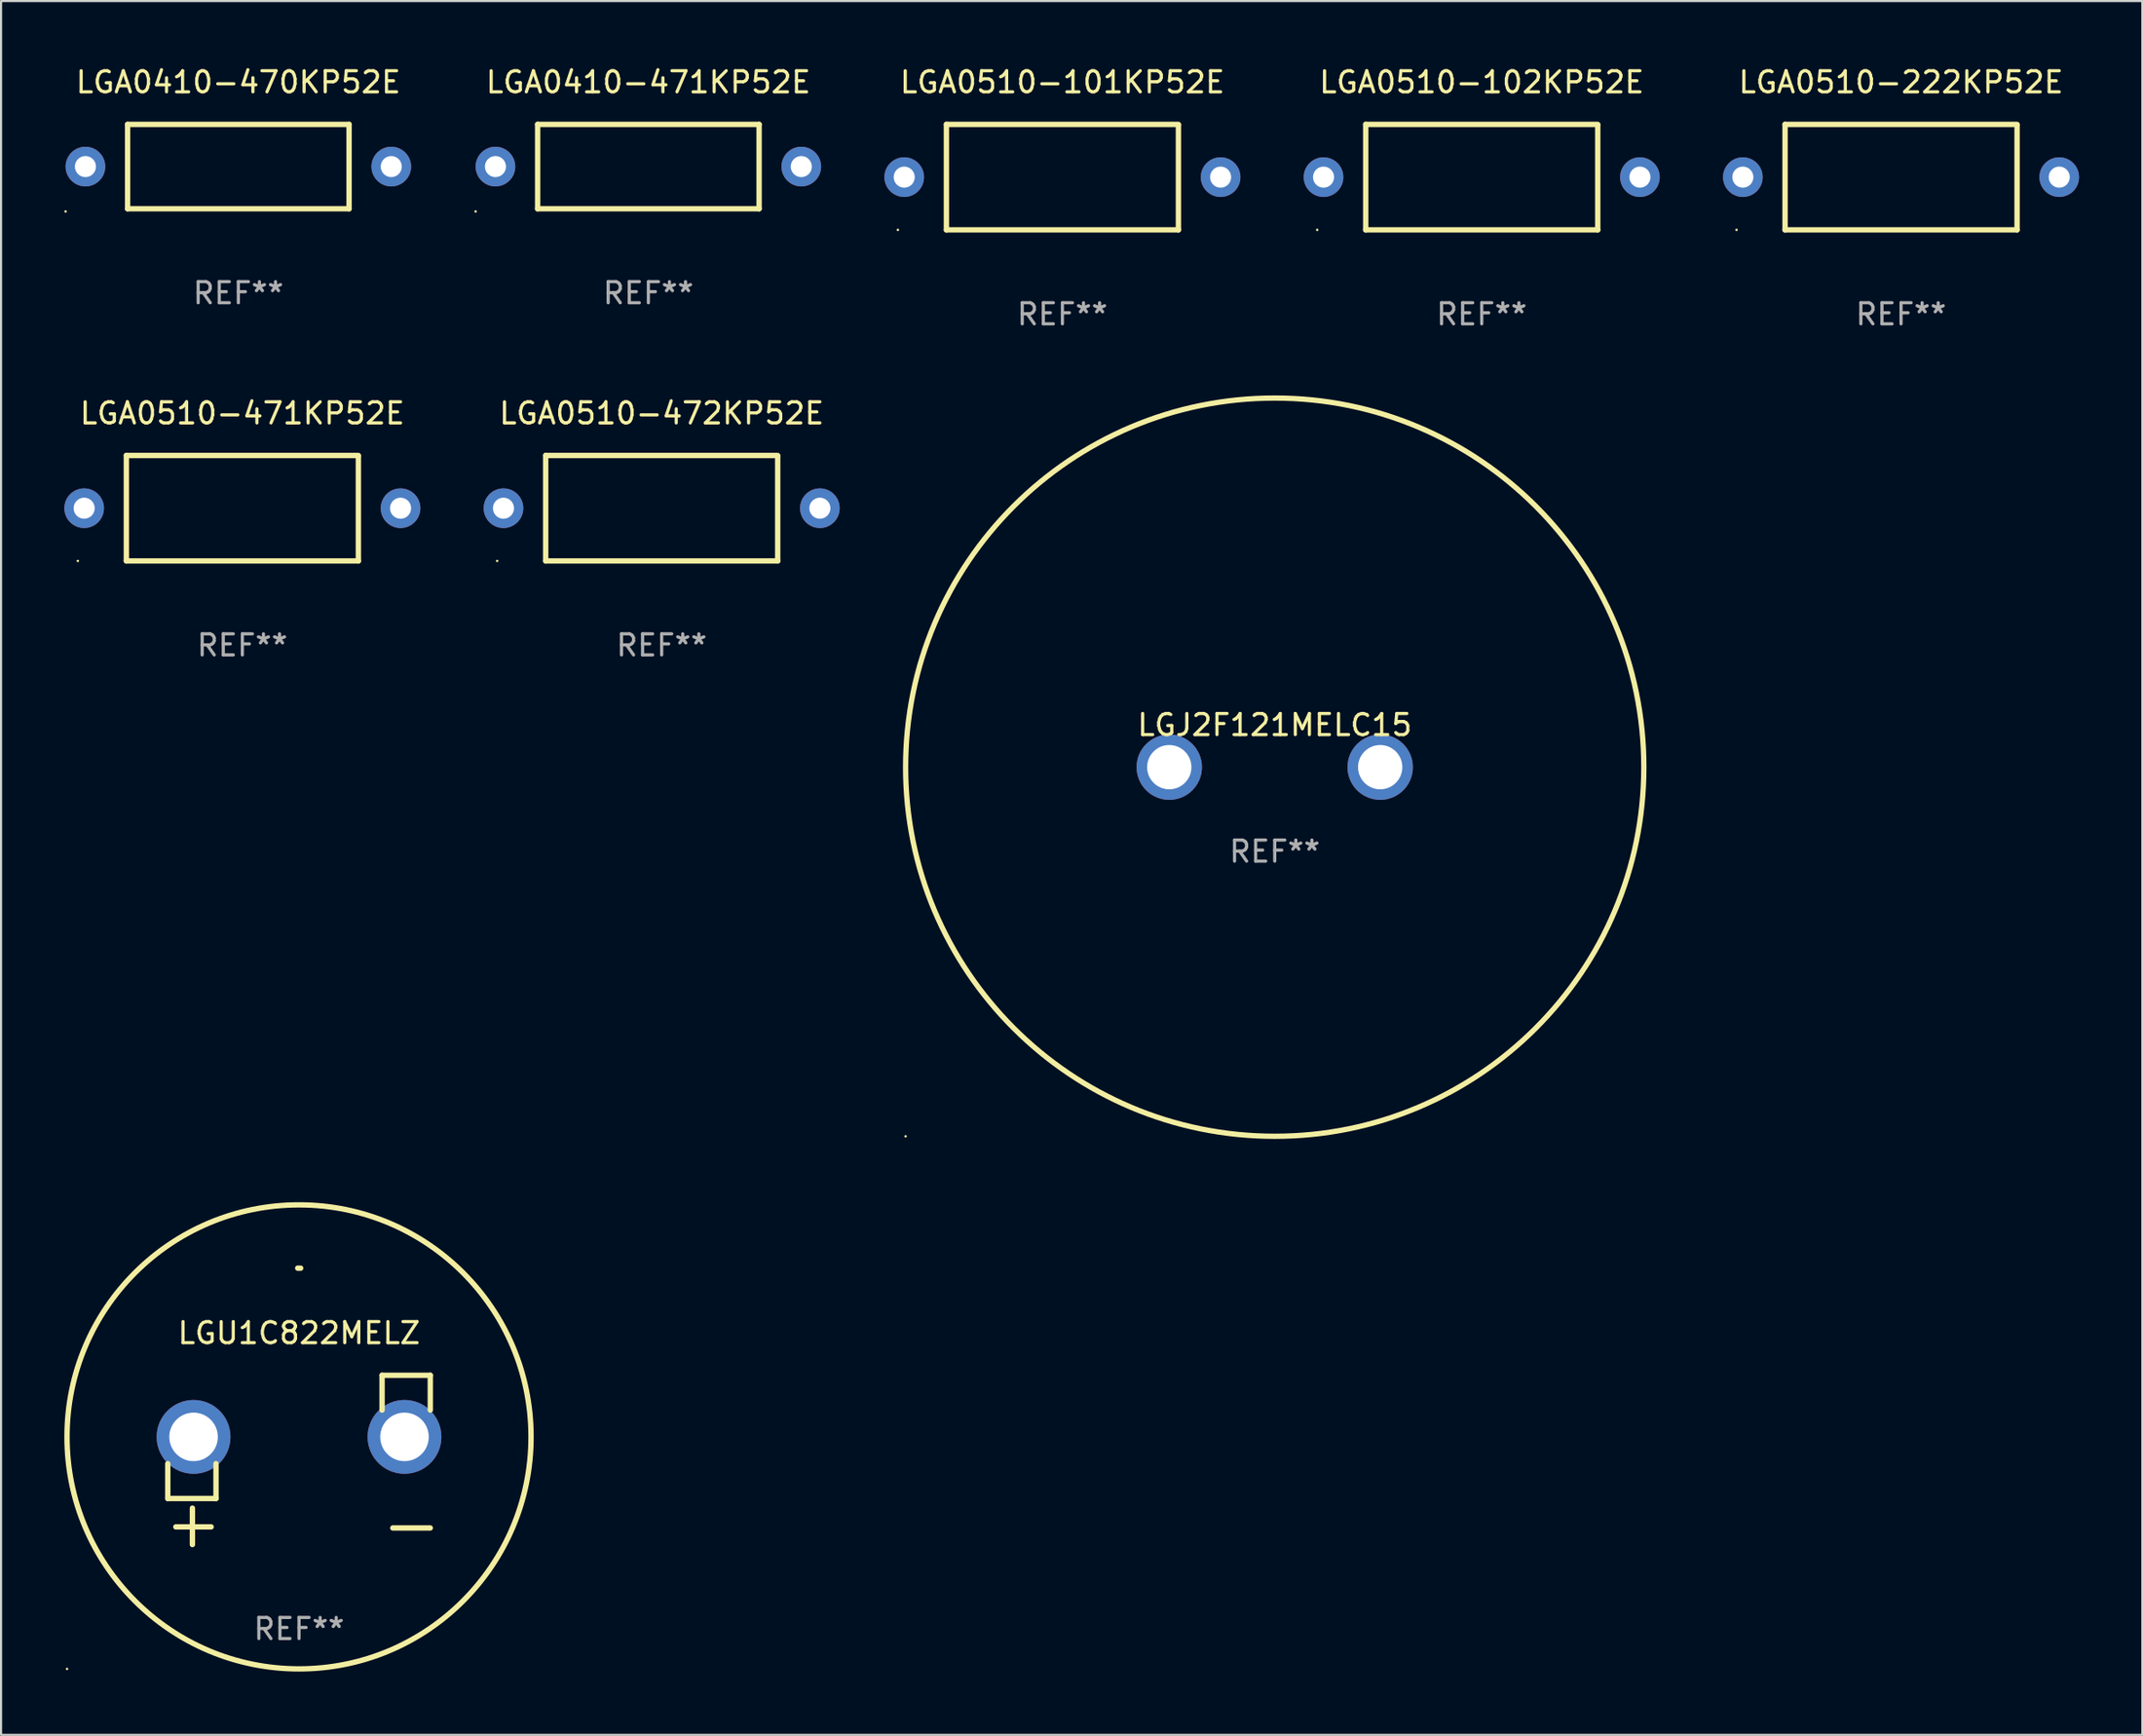
<source format=kicad_pcb>
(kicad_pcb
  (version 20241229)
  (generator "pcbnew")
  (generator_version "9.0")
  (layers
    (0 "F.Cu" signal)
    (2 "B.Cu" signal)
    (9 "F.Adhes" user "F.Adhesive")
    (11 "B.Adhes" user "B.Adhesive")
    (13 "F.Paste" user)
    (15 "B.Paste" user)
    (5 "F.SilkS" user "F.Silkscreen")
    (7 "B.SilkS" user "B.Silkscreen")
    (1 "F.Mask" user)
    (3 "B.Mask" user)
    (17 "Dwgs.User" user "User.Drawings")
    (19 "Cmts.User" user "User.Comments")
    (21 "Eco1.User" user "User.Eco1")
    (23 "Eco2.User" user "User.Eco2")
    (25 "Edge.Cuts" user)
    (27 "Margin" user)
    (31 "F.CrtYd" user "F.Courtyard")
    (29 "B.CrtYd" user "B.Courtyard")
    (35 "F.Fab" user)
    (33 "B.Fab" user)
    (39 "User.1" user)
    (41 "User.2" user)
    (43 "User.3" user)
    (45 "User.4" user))
  (footprint "LGA0510-101KP52E"
    (layer "F.Cu")
    (at 47.319 5.348)
    (property "Reference" "LGA0510-101KP52E" (at 0 -4.5 0) (layer "F.SilkS") (effects (font (size 1 1) (thickness 0.15))))
    (attr through_hole)
    (fp_line (start -5.5 2.5) (end -5.5 -2.5) (stroke (width 0.254) (type solid)) (layer "F.SilkS"))
    (fp_line (start 5.5 -2.5) (end -5.5 -2.5) (stroke (width 0.254) (type solid)) (layer "F.SilkS"))
    (fp_line (start 5.5 2.5) (end -5.5 2.5) (stroke (width 0.254) (type solid)) (layer "F.SilkS"))
    (fp_line (start 5.5 2.5) (end 5.5 -2.46) (stroke (width 0.254) (type solid)) (layer "F.SilkS"))
    (fp_circle (center -7.8 2.5) (end -7.77 2.5) (stroke (width 0.06) (type solid)) (fill no) (layer "F.SilkS"))
    (fp_text user "REF**" (at 0 6.5 0) (layer "F.Fab") (effects (font (size 1 1) (thickness 0.15))))
    (pad "1" thru_hole circle (at -7.5 0) (size 1.88 1.88) (drill 1) (layers "*.Cu" "*.Mask"))
    (pad "2" thru_hole circle (at 7.5 0) (size 1.88 1.88) (drill 1) (layers "*.Cu" "*.Mask")))
  (footprint "LGA0510-222KP52E"
    (layer "F.Cu")
    (at 87.079 5.348)
    (property "Reference" "LGA0510-222KP52E" (at 0 -4.5 0) (layer "F.SilkS") (effects (font (size 1 1) (thickness 0.15))))
    (attr through_hole)
    (fp_line (start -5.5 2.5) (end -5.5 -2.5) (stroke (width 0.254) (type solid)) (layer "F.SilkS"))
    (fp_line (start 5.5 -2.5) (end -5.5 -2.5) (stroke (width 0.254) (type solid)) (layer "F.SilkS"))
    (fp_line (start 5.5 2.5) (end -5.5 2.5) (stroke (width 0.254) (type solid)) (layer "F.SilkS"))
    (fp_line (start 5.5 2.5) (end 5.5 -2.46) (stroke (width 0.254) (type solid)) (layer "F.SilkS"))
    (fp_circle (center -7.8 2.5) (end -7.77 2.5) (stroke (width 0.06) (type solid)) (fill no) (layer "F.SilkS"))
    (fp_text user "REF**" (at 0 6.5 0) (layer "F.Fab") (effects (font (size 1 1) (thickness 0.15))))
    (pad "1" thru_hole circle (at -7.5 0) (size 1.88 1.88) (drill 1) (layers "*.Cu" "*.Mask"))
    (pad "2" thru_hole circle (at 7.5 0) (size 1.88 1.88) (drill 1) (layers "*.Cu" "*.Mask")))
  (footprint "LGJ2F121MELC15"
    (layer "F.Cu")
    (at 57.385 33.322)
    (property "Reference" "LGJ2F121MELC15" (at 0 -2 0) (layer "F.SilkS") (effects (font (size 1 1) (thickness 0.15))))
    (attr through_hole)
    (fp_circle (center -17.501 17.501) (end -17.471 17.501) (stroke (width 0.06) (type solid)) (fill no) (layer "F.SilkS"))
    (fp_circle (center 0 0) (end 17.5 0) (stroke (width 0.25) (type solid)) (fill no) (layer "F.SilkS"))
    (fp_text user "REF**" (at 0 4 0) (layer "F.Fab") (effects (font (size 1 1) (thickness 0.15))))
    (pad "1" thru_hole circle (at -5 0) (size 3.1 3.1) (drill 2.1) (layers "*.Cu" "*.Mask"))
    (pad "2" thru_hole circle (at 5 0) (size 3.1 3.1) (drill 2.1) (layers "*.Cu" "*.Mask")))
  (footprint "LGA0510-471KP52E"
    (layer "F.Cu")
    (at 8.44 21.045)
    (property "Reference" "LGA0510-471KP52E" (at 0 -4.5 0) (layer "F.SilkS") (effects (font (size 1 1) (thickness 0.15))))
    (attr through_hole)
    (fp_line (start -5.5 2.5) (end -5.5 -2.5) (stroke (width 0.254) (type solid)) (layer "F.SilkS"))
    (fp_line (start 5.5 -2.5) (end -5.5 -2.5) (stroke (width 0.254) (type solid)) (layer "F.SilkS"))
    (fp_line (start 5.5 2.5) (end -5.5 2.5) (stroke (width 0.254) (type solid)) (layer "F.SilkS"))
    (fp_line (start 5.5 2.5) (end 5.5 -2.46) (stroke (width 0.254) (type solid)) (layer "F.SilkS"))
    (fp_circle (center -7.8 2.5) (end -7.77 2.5) (stroke (width 0.06) (type solid)) (fill no) (layer "F.SilkS"))
    (fp_text user "REF**" (at 0 6.5 0) (layer "F.Fab") (effects (font (size 1 1) (thickness 0.15))))
    (pad "1" thru_hole circle (at -7.5 0) (size 1.88 1.88) (drill 1) (layers "*.Cu" "*.Mask"))
    (pad "2" thru_hole circle (at 7.5 0) (size 1.88 1.88) (drill 1) (layers "*.Cu" "*.Mask")))
  (footprint "LGA0510-472KP52E"
    (layer "F.Cu")
    (at 28.32 21.045)
    (property "Reference" "LGA0510-472KP52E" (at 0 -4.5 0) (layer "F.SilkS") (effects (font (size 1 1) (thickness 0.15))))
    (attr through_hole)
    (fp_line (start -5.5 2.5) (end -5.5 -2.5) (stroke (width 0.254) (type solid)) (layer "F.SilkS"))
    (fp_line (start 5.5 -2.5) (end -5.5 -2.5) (stroke (width 0.254) (type solid)) (layer "F.SilkS"))
    (fp_line (start 5.5 2.5) (end -5.5 2.5) (stroke (width 0.254) (type solid)) (layer "F.SilkS"))
    (fp_line (start 5.5 2.5) (end 5.5 -2.46) (stroke (width 0.254) (type solid)) (layer "F.SilkS"))
    (fp_circle (center -7.8 2.5) (end -7.77 2.5) (stroke (width 0.06) (type solid)) (fill no) (layer "F.SilkS"))
    (fp_text user "REF**" (at 0 6.5 0) (layer "F.Fab") (effects (font (size 1 1) (thickness 0.15))))
    (pad "1" thru_hole circle (at -7.5 0) (size 1.88 1.88) (drill 1) (layers "*.Cu" "*.Mask"))
    (pad "2" thru_hole circle (at 7.5 0) (size 1.88 1.88) (drill 1) (layers "*.Cu" "*.Mask")))
  (footprint "LGA0510-102KP52E"
    (layer "F.Cu")
    (at 67.199 5.348)
    (property "Reference" "LGA0510-102KP52E" (at 0 -4.5 0) (layer "F.SilkS") (effects (font (size 1 1) (thickness 0.15))))
    (attr through_hole)
    (fp_line (start -5.5 2.5) (end -5.5 -2.5) (stroke (width 0.254) (type solid)) (layer "F.SilkS"))
    (fp_line (start 5.5 -2.5) (end -5.5 -2.5) (stroke (width 0.254) (type solid)) (layer "F.SilkS"))
    (fp_line (start 5.5 2.5) (end -5.5 2.5) (stroke (width 0.254) (type solid)) (layer "F.SilkS"))
    (fp_line (start 5.5 2.5) (end 5.5 -2.46) (stroke (width 0.254) (type solid)) (layer "F.SilkS"))
    (fp_circle (center -7.8 2.5) (end -7.77 2.5) (stroke (width 0.06) (type solid)) (fill no) (layer "F.SilkS"))
    (fp_text user "REF**" (at 0 6.5 0) (layer "F.Fab") (effects (font (size 1 1) (thickness 0.15))))
    (pad "1" thru_hole circle (at -7.5 0) (size 1.88 1.88) (drill 1) (layers "*.Cu" "*.Mask"))
    (pad "2" thru_hole circle (at 7.5 0) (size 1.88 1.88) (drill 1) (layers "*.Cu" "*.Mask")))
  (footprint "LGU1C822MELZ"
    (layer "F.Cu")
    (at 11.127 66.166)
    (property "Reference" "LGU1C822MELZ" (at 0 -6.013 0) (layer "F.SilkS") (effects (font (size 1 1) (thickness 0.15))))
    (attr through_hole)
    (fp_line (start -6.223 0.178) (end -6.223 1.829) (stroke (width 0.254) (type solid)) (layer "F.SilkS"))
    (fp_line (start -6.223 1.829) (end -3.937 1.829) (stroke (width 0.254) (type solid)) (layer "F.SilkS"))
    (fp_line (start -5.055 4.013) (end -5.055 2.286) (stroke (width 0.254) (type solid)) (layer "F.SilkS"))
    (fp_line (start -4.166 3.175) (end -5.842 3.175) (stroke (width 0.254) (type solid)) (layer "F.SilkS"))
    (fp_line (start -3.937 1.829) (end -3.937 0.178) (stroke (width 0.254) (type solid)) (layer "F.SilkS"))
    (fp_line (start 3.937 -4.013) (end 3.937 -2.362) (stroke (width 0.254) (type solid)) (layer "F.SilkS"))
    (fp_line (start 6.223 -4.013) (end 3.937 -4.013) (stroke (width 0.254) (type solid)) (layer "F.SilkS"))
    (fp_line (start 6.223 -2.362) (end 6.223 -4.013) (stroke (width 0.254) (type solid)) (layer "F.SilkS"))
    (fp_line (start 6.223 3.226) (end 4.445 3.226) (stroke (width 0.254) (type solid)) (layer "F.SilkS"))
    (fp_arc (start -0.062256 -9.092228) (mid 0.007852 -9.091512) (end 0.077952 -9.090196) (stroke (width 0.254001) (type solid)) (layer "F.SilkS"))
    (fp_circle (center -11 9.908) (end -10.97 9.908) (stroke (width 0.06) (type solid)) (fill no) (layer "F.SilkS"))
    (fp_circle (center 0 -1.092) (end 11 -1.092) (stroke (width 0.254) (type solid)) (fill no) (layer "F.SilkS"))
    (fp_text user "REF**" (at 0 8.013 0) (layer "F.Fab") (effects (font (size 1 1) (thickness 0.15))))
    (pad "1" thru_hole circle (at -5 -1.092) (size 3.5 3.5) (drill 2.3) (layers "*.Cu" "*.Mask"))
    (pad "2" thru_hole circle (at 5 -1.092) (size 3.5 3.5) (drill 2.3) (layers "*.Cu" "*.Mask")))
  (footprint "LGA0410-471KP52E"
    (layer "F.Cu")
    (at 27.689 4.848)
    (property "Reference" "LGA0410-471KP52E" (at 0 -4 0) (layer "F.SilkS") (effects (font (size 1 1) (thickness 0.15))))
    (attr through_hole)
    (fp_line (start -5.25 -2) (end 5.25 -2) (stroke (width 0.254) (type solid)) (layer "F.SilkS"))
    (fp_line (start -5.25 2) (end -5.25 -2) (stroke (width 0.254) (type solid)) (layer "F.SilkS"))
    (fp_line (start 5.25 2) (end -5.25 2) (stroke (width 0.254) (type solid)) (layer "F.SilkS"))
    (fp_line (start 5.25 2) (end 5.25 -2) (stroke (width 0.254) (type solid)) (layer "F.SilkS"))
    (fp_circle (center -8.19 2.127) (end -8.16 2.127) (stroke (width 0.06) (type solid)) (fill no) (layer "F.SilkS"))
    (fp_text user "REF**" (at 0 6 0) (layer "F.Fab") (effects (font (size 1 1) (thickness 0.15))))
    (pad "1" thru_hole circle (at -7.25 0) (size 1.88 1.88) (drill 1) (layers "*.Cu" "*.Mask"))
    (pad "2" thru_hole circle (at 7.25 0) (size 1.88 1.88) (drill 1) (layers "*.Cu" "*.Mask")))
  (footprint "LGA0410-470KP52E"
    (layer "F.Cu")
    (at 8.25 4.848)
    (property "Reference" "LGA0410-470KP52E" (at 0 -4 0) (layer "F.SilkS") (effects (font (size 1 1) (thickness 0.15))))
    (attr through_hole)
    (fp_line (start -5.25 -2) (end 5.25 -2) (stroke (width 0.254) (type solid)) (layer "F.SilkS"))
    (fp_line (start -5.25 2) (end -5.25 -2) (stroke (width 0.254) (type solid)) (layer "F.SilkS"))
    (fp_line (start 5.25 2) (end -5.25 2) (stroke (width 0.254) (type solid)) (layer "F.SilkS"))
    (fp_line (start 5.25 2) (end 5.25 -2) (stroke (width 0.254) (type solid)) (layer "F.SilkS"))
    (fp_circle (center -8.19 2.127) (end -8.16 2.127) (stroke (width 0.06) (type solid)) (fill no) (layer "F.SilkS"))
    (fp_text user "REF**" (at 0 6 0) (layer "F.Fab") (effects (font (size 1 1) (thickness 0.15))))
    (pad "1" thru_hole circle (at -7.25 0) (size 1.88 1.88) (drill 1) (layers "*.Cu" "*.Mask"))
    (pad "2" thru_hole circle (at 7.25 0) (size 1.88 1.88) (drill 1) (layers "*.Cu" "*.Mask")))
  (gr_rect
    (start -3 -3)
    (end 98.519 79.201)
    (stroke (width 0.1) (type default))
    (fill no)
    (layer "Edge.Cuts")))
</source>
